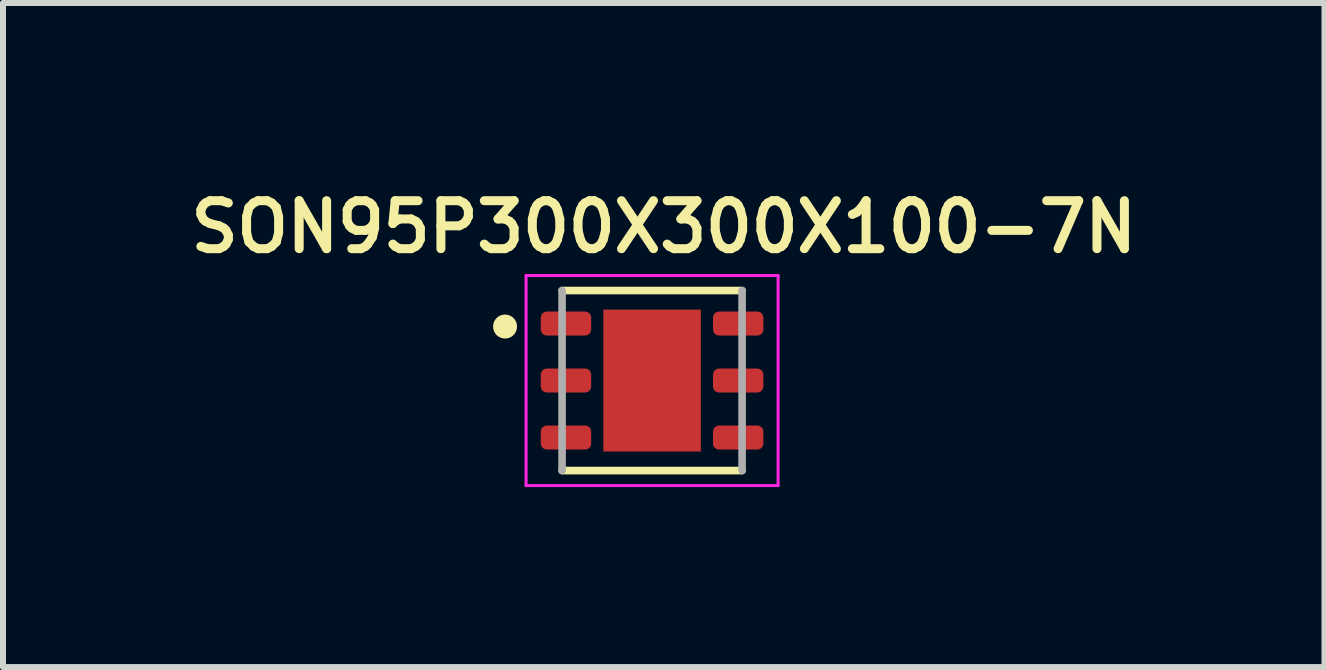
<source format=kicad_pcb>
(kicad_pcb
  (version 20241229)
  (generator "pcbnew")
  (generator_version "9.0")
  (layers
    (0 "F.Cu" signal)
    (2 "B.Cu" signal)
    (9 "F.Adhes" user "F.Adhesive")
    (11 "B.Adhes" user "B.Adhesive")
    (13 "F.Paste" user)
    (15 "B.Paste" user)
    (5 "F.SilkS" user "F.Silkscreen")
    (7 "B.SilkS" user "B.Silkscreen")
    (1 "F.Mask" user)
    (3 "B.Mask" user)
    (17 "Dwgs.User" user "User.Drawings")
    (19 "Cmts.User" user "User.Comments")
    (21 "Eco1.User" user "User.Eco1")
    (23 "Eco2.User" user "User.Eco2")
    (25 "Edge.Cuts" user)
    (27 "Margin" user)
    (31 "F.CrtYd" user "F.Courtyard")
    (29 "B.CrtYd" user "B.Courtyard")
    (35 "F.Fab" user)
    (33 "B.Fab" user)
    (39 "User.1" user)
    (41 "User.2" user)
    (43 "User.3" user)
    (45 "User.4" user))
  (footprint "SON95P300X300X100-7N"
    (layer "F.Cu")
    (at 7.817 3.292)
    (property "Reference" "SON95P300X300X100-7N" (at 0.195 -2.56 0) (layer "F.SilkS") (effects (font (size 0.8 0.8) (thickness 0.15))))
    (attr smd)
    (fp_line (start -1.5 -1.5) (end 1.5 -1.5) (stroke (width 0.127) (type solid)) (layer "F.SilkS"))
    (fp_line (start 1.5 1.5) (end -1.5 1.5) (stroke (width 0.127) (type solid)) (layer "F.SilkS"))
    (fp_circle (center -2.45 -0.9) (end -2.35 -0.9) (stroke (width 0.2) (type solid)) (fill no) (layer "F.SilkS"))
    (fp_poly (pts (xy -0.57 -0.83) (xy 0.57 -0.83) (xy 0.57 0.83) (xy -0.57 0.83)) (stroke (width 0.01) (type solid)) (fill yes) (layer "F.Paste"))
    (fp_line (start -2.1 -1.75) (end 2.1 -1.75) (stroke (width 0.05) (type solid)) (layer "F.CrtYd"))
    (fp_line (start -2.1 1.75) (end -2.1 -1.75) (stroke (width 0.05) (type solid)) (layer "F.CrtYd"))
    (fp_line (start 2.1 -1.75) (end 2.1 1.75) (stroke (width 0.05) (type solid)) (layer "F.CrtYd"))
    (fp_line (start 2.1 1.75) (end -2.1 1.75) (stroke (width 0.05) (type solid)) (layer "F.CrtYd"))
    (fp_line (start -1.5 1.5) (end -1.5 -1.5) (stroke (width 0.127) (type solid)) (layer "F.Fab"))
    (fp_line (start 1.5 -1.5) (end 1.5 1.5) (stroke (width 0.127) (type solid)) (layer "F.Fab"))
    (pad "1" smd roundrect (at -1.435 -0.95) (size 0.84 0.4) (layers "F.Cu" "F.Mask" "F.Paste") (roundrect_rratio 0.25))
    (pad "2" smd roundrect (at -1.435 0) (size 0.84 0.4) (layers "F.Cu" "F.Mask" "F.Paste") (roundrect_rratio 0.25))
    (pad "3" smd roundrect (at -1.435 0.95) (size 0.84 0.4) (layers "F.Cu" "F.Mask" "F.Paste") (roundrect_rratio 0.25))
    (pad "4" smd roundrect (at 1.435 0.95) (size 0.84 0.4) (layers "F.Cu" "F.Mask" "F.Paste") (roundrect_rratio 0.25))
    (pad "5" smd roundrect (at 1.435 0) (size 0.84 0.4) (layers "F.Cu" "F.Mask" "F.Paste") (roundrect_rratio 0.25))
    (pad "6" smd roundrect (at 1.435 -0.95) (size 0.84 0.4) (layers "F.Cu" "F.Mask" "F.Paste") (roundrect_rratio 0.25))
    (pad "7" smd rect (at 0 0) (size 1.625 2.365) (layers "F.Cu" "F.Mask")))
  (gr_rect
    (start -3 -3)
    (end 19.023 8.067)
    (stroke (width 0.1) (type default))
    (fill no)
    (layer "Edge.Cuts")))
</source>
